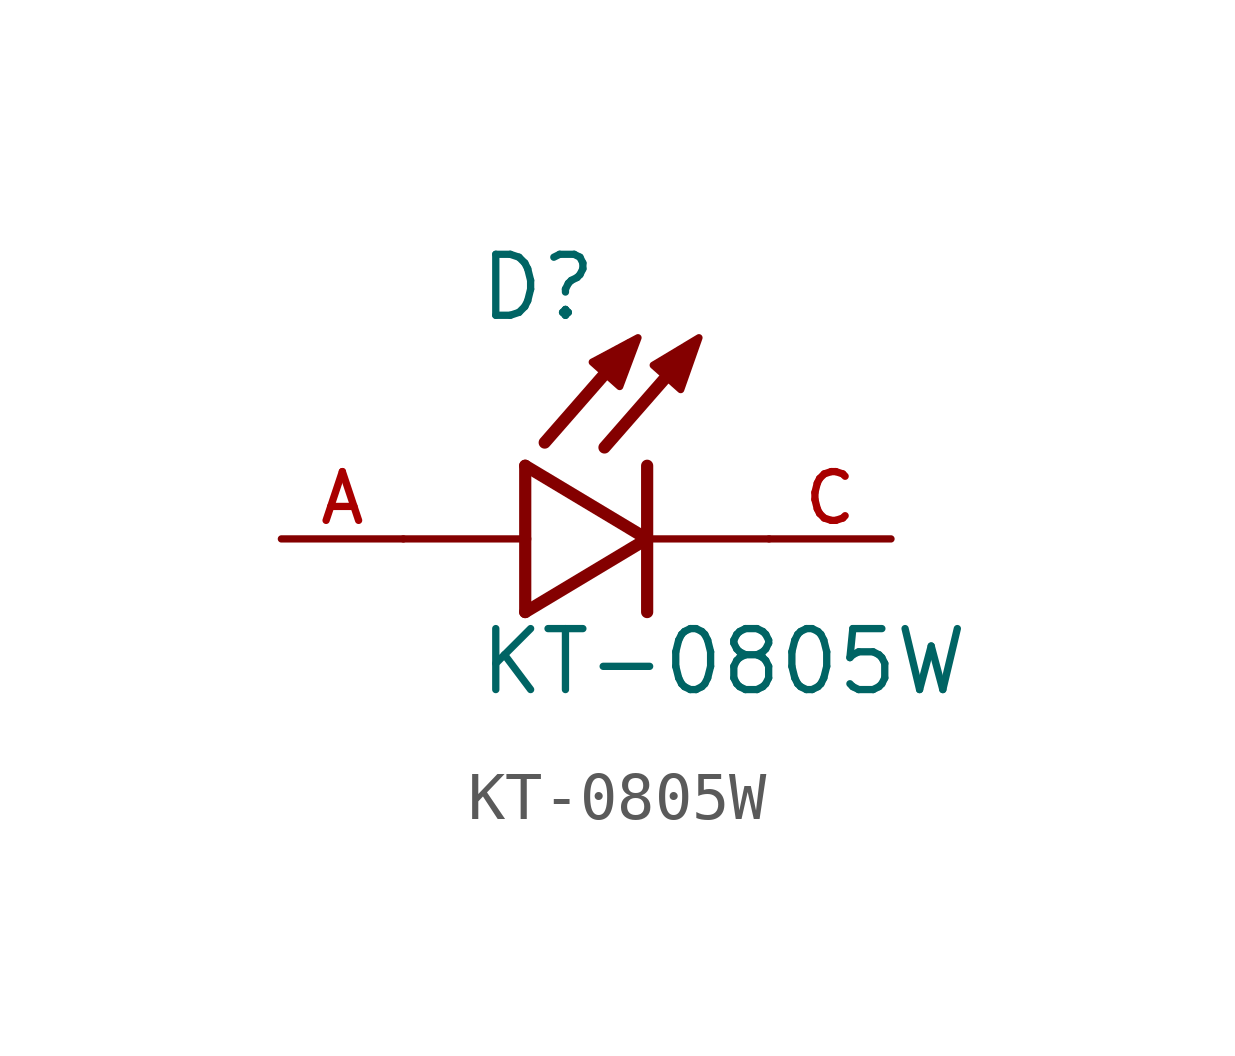
<source format=kicad_sym>
(kicad_symbol_lib
  (version 20211014)
  (generator kicad_symbol_editor)
  (symbol "KT-0805W"
    (pin_names
      (offset 1.016))
    (property "Reference" "D"
      (at -3.556 4.496 0)
      (effects (font (size 1.27 1.27)) (justify bottom left)))
    (property "Value" "KT-0805W"
      (at -3.556 -3.302 0)
      (effects (font (size 1.27 1.27)) (justify bottom left)))
    (symbol "KT-0805W_0_0"
      (polyline (pts (xy -2.54 1.524) (xy -2.54 0.0)) (stroke (width 0.254)))
      (polyline (pts (xy -2.54 0.0) (xy -2.54 -1.524)) (stroke (width 0.254)))
      (polyline (pts (xy -2.54 -1.524) (xy 0.0 0.0)) (stroke (width 0.254)))
      (polyline (pts (xy 0.0 0.0) (xy -2.54 1.524)) (stroke (width 0.254)))
      (polyline (pts (xy 0.0 1.524) (xy 0.0 0.0)) (stroke (width 0.254)))
      (polyline (pts (xy 0.0 0.0) (xy 0.0 -1.524)) (stroke (width 0.254)))
      (polyline (pts (xy -2.54 0.0) (xy -5.08 0.0)) (stroke (width 0.152)))
      (polyline (pts (xy 0.889 3.937) (xy -0.889 1.905)) (stroke (width 0.254)))
      (polyline (pts (xy -0.356 4.039) (xy -2.134 2.007)) (stroke (width 0.254)))
      (polyline (pts (xy 2.54 0.0) (xy 0.0 0.0)) (stroke (width 0.152)))
      (polyline (pts (xy -1.143 3.683) (xy -0.572 3.175) (xy -0.191 4.191) (xy -1.143 3.683)) (stroke (width 0.152)) (fill (type outline)))
      (polyline (pts (xy 0.127 3.619) (xy 0.699 3.111) (xy 1.079 4.191) (xy 0.127 3.619)) (stroke (width 0.152)) (fill (type outline)))
      (pin passive line (at 5.08 0.0 180.0) (length 2.54) (name "~" (effects (font (size 1.016 1.016)))) (number "C" (effects (font (size 1.016 1.016)))))
      (pin passive line (at -7.62 0.0 0) (length 2.54) (name "~" (effects (font (size 1.016 1.016)))) (number "A" (effects (font (size 1.016 1.016))))))))
</source>
